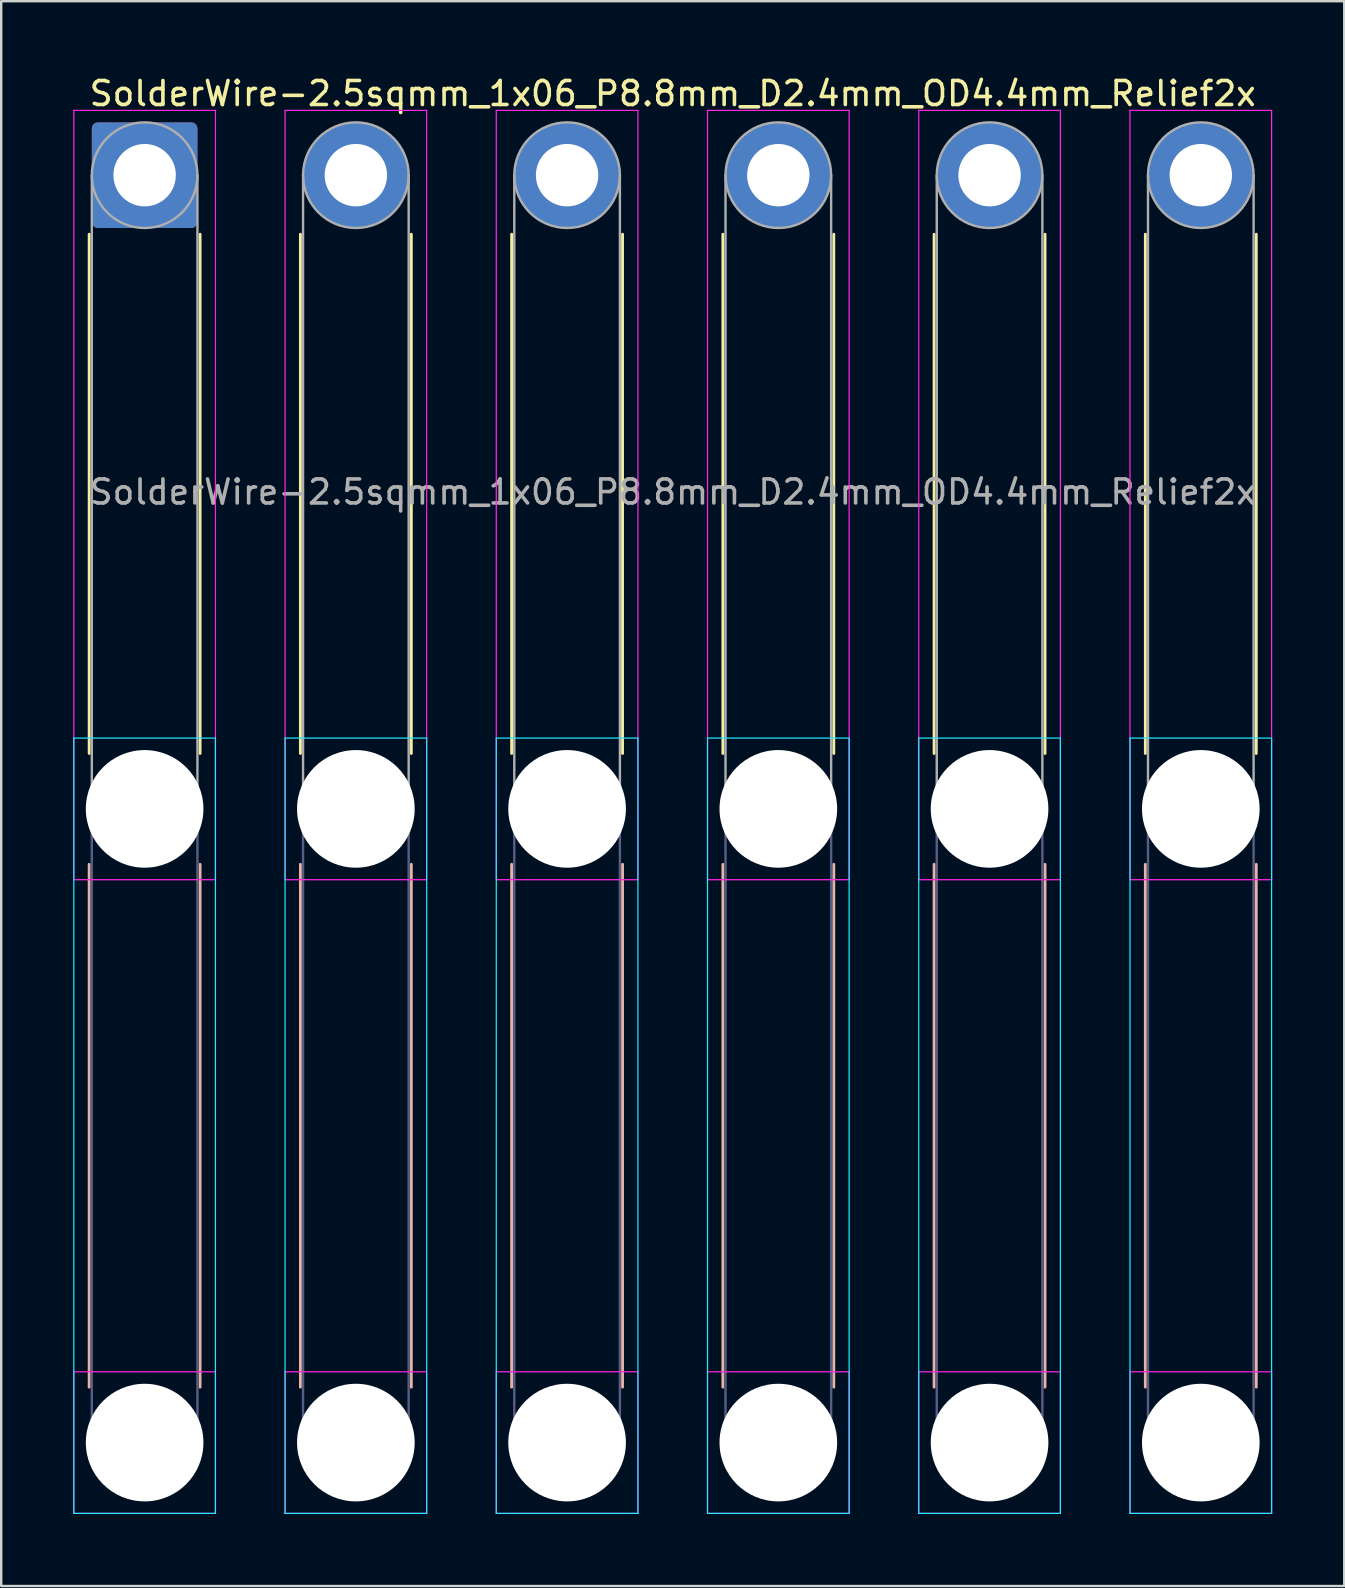
<source format=kicad_pcb>
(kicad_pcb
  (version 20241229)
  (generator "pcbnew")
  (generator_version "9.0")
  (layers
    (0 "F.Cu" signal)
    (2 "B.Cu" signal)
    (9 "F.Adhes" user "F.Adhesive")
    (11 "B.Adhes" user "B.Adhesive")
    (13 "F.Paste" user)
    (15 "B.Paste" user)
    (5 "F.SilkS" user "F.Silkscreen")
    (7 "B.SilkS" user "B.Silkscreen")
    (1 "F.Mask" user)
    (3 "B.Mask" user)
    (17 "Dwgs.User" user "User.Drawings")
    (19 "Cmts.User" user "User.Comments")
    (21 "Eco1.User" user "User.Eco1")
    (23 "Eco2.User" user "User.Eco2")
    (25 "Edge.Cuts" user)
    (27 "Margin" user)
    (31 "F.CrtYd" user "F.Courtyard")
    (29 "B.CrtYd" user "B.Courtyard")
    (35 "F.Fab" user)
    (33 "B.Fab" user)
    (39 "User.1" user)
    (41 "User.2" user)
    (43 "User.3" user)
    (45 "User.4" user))
  (footprint "SolderWire-2.5sqmm_1x06_P8.8mm_D2.4mm_OD4.4mm_Relief2x"
    (layer "F.Cu")
    (at 2.975 4.248)
    (property "Reference" "SolderWire-2.5sqmm_1x06_P8.8mm_D2.4mm_OD4.4mm_Relief2x" (at 22 -3.4 0) (layer "F.SilkS") (effects (font (size 1 1) (thickness 0.15))))
    (attr exclude_from_pos_files exclude_from_bom)
    (fp_line (start -2.31 2.46) (end -2.31 24.09) (stroke (width 0.12) (type solid)) (layer "F.SilkS"))
    (fp_line (start 2.31 2.46) (end 2.31 24.09) (stroke (width 0.12) (type solid)) (layer "F.SilkS"))
    (fp_line (start 6.49 2.46) (end 6.49 24.09) (stroke (width 0.12) (type solid)) (layer "F.SilkS"))
    (fp_line (start 11.11 2.46) (end 11.11 24.09) (stroke (width 0.12) (type solid)) (layer "F.SilkS"))
    (fp_line (start 15.29 2.46) (end 15.29 24.09) (stroke (width 0.12) (type solid)) (layer "F.SilkS"))
    (fp_line (start 19.91 2.46) (end 19.91 24.09) (stroke (width 0.12) (type solid)) (layer "F.SilkS"))
    (fp_line (start 24.09 2.46) (end 24.09 24.09) (stroke (width 0.12) (type solid)) (layer "F.SilkS"))
    (fp_line (start 28.71 2.46) (end 28.71 24.09) (stroke (width 0.12) (type solid)) (layer "F.SilkS"))
    (fp_line (start 32.89 2.46) (end 32.89 24.09) (stroke (width 0.12) (type solid)) (layer "F.SilkS"))
    (fp_line (start 37.51 2.46) (end 37.51 24.09) (stroke (width 0.12) (type solid)) (layer "F.SilkS"))
    (fp_line (start 41.69 2.46) (end 41.69 24.09) (stroke (width 0.12) (type solid)) (layer "F.SilkS"))
    (fp_line (start 46.31 2.46) (end 46.31 24.09) (stroke (width 0.12) (type solid)) (layer "F.SilkS"))
    (fp_line (start -2.31 28.71) (end -2.31 50.49) (stroke (width 0.12) (type solid)) (layer "B.SilkS"))
    (fp_line (start 2.31 28.71) (end 2.31 50.49) (stroke (width 0.12) (type solid)) (layer "B.SilkS"))
    (fp_line (start 6.49 28.71) (end 6.49 50.49) (stroke (width 0.12) (type solid)) (layer "B.SilkS"))
    (fp_line (start 11.11 28.71) (end 11.11 50.49) (stroke (width 0.12) (type solid)) (layer "B.SilkS"))
    (fp_line (start 15.29 28.71) (end 15.29 50.49) (stroke (width 0.12) (type solid)) (layer "B.SilkS"))
    (fp_line (start 19.91 28.71) (end 19.91 50.49) (stroke (width 0.12) (type solid)) (layer "B.SilkS"))
    (fp_line (start 24.09 28.71) (end 24.09 50.49) (stroke (width 0.12) (type solid)) (layer "B.SilkS"))
    (fp_line (start 28.71 28.71) (end 28.71 50.49) (stroke (width 0.12) (type solid)) (layer "B.SilkS"))
    (fp_line (start 32.89 28.71) (end 32.89 50.49) (stroke (width 0.12) (type solid)) (layer "B.SilkS"))
    (fp_line (start 37.51 28.71) (end 37.51 50.49) (stroke (width 0.12) (type solid)) (layer "B.SilkS"))
    (fp_line (start 41.69 28.71) (end 41.69 50.49) (stroke (width 0.12) (type solid)) (layer "B.SilkS"))
    (fp_line (start 46.31 28.71) (end 46.31 50.49) (stroke (width 0.12) (type solid)) (layer "B.SilkS"))
    (fp_line (start -2.95 23.45) (end -2.95 55.75) (stroke (width 0.05) (type solid)) (layer "B.CrtYd"))
    (fp_line (start -2.95 55.75) (end 2.95 55.75) (stroke (width 0.05) (type solid)) (layer "B.CrtYd"))
    (fp_line (start 2.95 23.45) (end -2.95 23.45) (stroke (width 0.05) (type solid)) (layer "B.CrtYd"))
    (fp_line (start 2.95 55.75) (end 2.95 23.45) (stroke (width 0.05) (type solid)) (layer "B.CrtYd"))
    (fp_line (start 5.85 23.45) (end 5.85 55.75) (stroke (width 0.05) (type solid)) (layer "B.CrtYd"))
    (fp_line (start 5.85 55.75) (end 11.75 55.75) (stroke (width 0.05) (type solid)) (layer "B.CrtYd"))
    (fp_line (start 11.75 23.45) (end 5.85 23.45) (stroke (width 0.05) (type solid)) (layer "B.CrtYd"))
    (fp_line (start 11.75 55.75) (end 11.75 23.45) (stroke (width 0.05) (type solid)) (layer "B.CrtYd"))
    (fp_line (start 14.65 23.45) (end 14.65 55.75) (stroke (width 0.05) (type solid)) (layer "B.CrtYd"))
    (fp_line (start 14.65 55.75) (end 20.55 55.75) (stroke (width 0.05) (type solid)) (layer "B.CrtYd"))
    (fp_line (start 20.55 23.45) (end 14.65 23.45) (stroke (width 0.05) (type solid)) (layer "B.CrtYd"))
    (fp_line (start 20.55 55.75) (end 20.55 23.45) (stroke (width 0.05) (type solid)) (layer "B.CrtYd"))
    (fp_line (start 23.45 23.45) (end 23.45 55.75) (stroke (width 0.05) (type solid)) (layer "B.CrtYd"))
    (fp_line (start 23.45 55.75) (end 29.35 55.75) (stroke (width 0.05) (type solid)) (layer "B.CrtYd"))
    (fp_line (start 29.35 23.45) (end 23.45 23.45) (stroke (width 0.05) (type solid)) (layer "B.CrtYd"))
    (fp_line (start 29.35 55.75) (end 29.35 23.45) (stroke (width 0.05) (type solid)) (layer "B.CrtYd"))
    (fp_line (start 32.25 23.45) (end 32.25 55.75) (stroke (width 0.05) (type solid)) (layer "B.CrtYd"))
    (fp_line (start 32.25 55.75) (end 38.15 55.75) (stroke (width 0.05) (type solid)) (layer "B.CrtYd"))
    (fp_line (start 38.15 23.45) (end 32.25 23.45) (stroke (width 0.05) (type solid)) (layer "B.CrtYd"))
    (fp_line (start 38.15 55.75) (end 38.15 23.45) (stroke (width 0.05) (type solid)) (layer "B.CrtYd"))
    (fp_line (start 41.05 23.45) (end 41.05 55.75) (stroke (width 0.05) (type solid)) (layer "B.CrtYd"))
    (fp_line (start 41.05 55.75) (end 46.95 55.75) (stroke (width 0.05) (type solid)) (layer "B.CrtYd"))
    (fp_line (start 46.95 23.45) (end 41.05 23.45) (stroke (width 0.05) (type solid)) (layer "B.CrtYd"))
    (fp_line (start 46.95 55.75) (end 46.95 23.45) (stroke (width 0.05) (type solid)) (layer "B.CrtYd"))
    (fp_line (start -2.95 -2.7) (end -2.95 29.35) (stroke (width 0.05) (type solid)) (layer "F.CrtYd"))
    (fp_line (start -2.95 29.35) (end 2.95 29.35) (stroke (width 0.05) (type solid)) (layer "F.CrtYd"))
    (fp_line (start -2.95 49.85) (end -2.95 55.75) (stroke (width 0.05) (type solid)) (layer "F.CrtYd"))
    (fp_line (start -2.95 55.75) (end 2.95 55.75) (stroke (width 0.05) (type solid)) (layer "F.CrtYd"))
    (fp_line (start 2.95 -2.7) (end -2.95 -2.7) (stroke (width 0.05) (type solid)) (layer "F.CrtYd"))
    (fp_line (start 2.95 29.35) (end 2.95 -2.7) (stroke (width 0.05) (type solid)) (layer "F.CrtYd"))
    (fp_line (start 2.95 49.85) (end -2.95 49.85) (stroke (width 0.05) (type solid)) (layer "F.CrtYd"))
    (fp_line (start 2.95 55.75) (end 2.95 49.85) (stroke (width 0.05) (type solid)) (layer "F.CrtYd"))
    (fp_line (start 5.85 -2.7) (end 5.85 29.35) (stroke (width 0.05) (type solid)) (layer "F.CrtYd"))
    (fp_line (start 5.85 29.35) (end 11.75 29.35) (stroke (width 0.05) (type solid)) (layer "F.CrtYd"))
    (fp_line (start 5.85 49.85) (end 5.85 55.75) (stroke (width 0.05) (type solid)) (layer "F.CrtYd"))
    (fp_line (start 5.85 55.75) (end 11.75 55.75) (stroke (width 0.05) (type solid)) (layer "F.CrtYd"))
    (fp_line (start 11.75 -2.7) (end 5.85 -2.7) (stroke (width 0.05) (type solid)) (layer "F.CrtYd"))
    (fp_line (start 11.75 29.35) (end 11.75 -2.7) (stroke (width 0.05) (type solid)) (layer "F.CrtYd"))
    (fp_line (start 11.75 49.85) (end 5.85 49.85) (stroke (width 0.05) (type solid)) (layer "F.CrtYd"))
    (fp_line (start 11.75 55.75) (end 11.75 49.85) (stroke (width 0.05) (type solid)) (layer "F.CrtYd"))
    (fp_line (start 14.65 -2.7) (end 14.65 29.35) (stroke (width 0.05) (type solid)) (layer "F.CrtYd"))
    (fp_line (start 14.65 29.35) (end 20.55 29.35) (stroke (width 0.05) (type solid)) (layer "F.CrtYd"))
    (fp_line (start 14.65 49.85) (end 14.65 55.75) (stroke (width 0.05) (type solid)) (layer "F.CrtYd"))
    (fp_line (start 14.65 55.75) (end 20.55 55.75) (stroke (width 0.05) (type solid)) (layer "F.CrtYd"))
    (fp_line (start 20.55 -2.7) (end 14.65 -2.7) (stroke (width 0.05) (type solid)) (layer "F.CrtYd"))
    (fp_line (start 20.55 29.35) (end 20.55 -2.7) (stroke (width 0.05) (type solid)) (layer "F.CrtYd"))
    (fp_line (start 20.55 49.85) (end 14.65 49.85) (stroke (width 0.05) (type solid)) (layer "F.CrtYd"))
    (fp_line (start 20.55 55.75) (end 20.55 49.85) (stroke (width 0.05) (type solid)) (layer "F.CrtYd"))
    (fp_line (start 23.45 -2.7) (end 23.45 29.35) (stroke (width 0.05) (type solid)) (layer "F.CrtYd"))
    (fp_line (start 23.45 29.35) (end 29.35 29.35) (stroke (width 0.05) (type solid)) (layer "F.CrtYd"))
    (fp_line (start 23.45 49.85) (end 23.45 55.75) (stroke (width 0.05) (type solid)) (layer "F.CrtYd"))
    (fp_line (start 23.45 55.75) (end 29.35 55.75) (stroke (width 0.05) (type solid)) (layer "F.CrtYd"))
    (fp_line (start 29.35 -2.7) (end 23.45 -2.7) (stroke (width 0.05) (type solid)) (layer "F.CrtYd"))
    (fp_line (start 29.35 29.35) (end 29.35 -2.7) (stroke (width 0.05) (type solid)) (layer "F.CrtYd"))
    (fp_line (start 29.35 49.85) (end 23.45 49.85) (stroke (width 0.05) (type solid)) (layer "F.CrtYd"))
    (fp_line (start 29.35 55.75) (end 29.35 49.85) (stroke (width 0.05) (type solid)) (layer "F.CrtYd"))
    (fp_line (start 32.25 -2.7) (end 32.25 29.35) (stroke (width 0.05) (type solid)) (layer "F.CrtYd"))
    (fp_line (start 32.25 29.35) (end 38.15 29.35) (stroke (width 0.05) (type solid)) (layer "F.CrtYd"))
    (fp_line (start 32.25 49.85) (end 32.25 55.75) (stroke (width 0.05) (type solid)) (layer "F.CrtYd"))
    (fp_line (start 32.25 55.75) (end 38.15 55.75) (stroke (width 0.05) (type solid)) (layer "F.CrtYd"))
    (fp_line (start 38.15 -2.7) (end 32.25 -2.7) (stroke (width 0.05) (type solid)) (layer "F.CrtYd"))
    (fp_line (start 38.15 29.35) (end 38.15 -2.7) (stroke (width 0.05) (type solid)) (layer "F.CrtYd"))
    (fp_line (start 38.15 49.85) (end 32.25 49.85) (stroke (width 0.05) (type solid)) (layer "F.CrtYd"))
    (fp_line (start 38.15 55.75) (end 38.15 49.85) (stroke (width 0.05) (type solid)) (layer "F.CrtYd"))
    (fp_line (start 41.05 -2.7) (end 41.05 29.35) (stroke (width 0.05) (type solid)) (layer "F.CrtYd"))
    (fp_line (start 41.05 29.35) (end 46.95 29.35) (stroke (width 0.05) (type solid)) (layer "F.CrtYd"))
    (fp_line (start 41.05 49.85) (end 41.05 55.75) (stroke (width 0.05) (type solid)) (layer "F.CrtYd"))
    (fp_line (start 41.05 55.75) (end 46.95 55.75) (stroke (width 0.05) (type solid)) (layer "F.CrtYd"))
    (fp_line (start 46.95 -2.7) (end 41.05 -2.7) (stroke (width 0.05) (type solid)) (layer "F.CrtYd"))
    (fp_line (start 46.95 29.35) (end 46.95 -2.7) (stroke (width 0.05) (type solid)) (layer "F.CrtYd"))
    (fp_line (start 46.95 49.85) (end 41.05 49.85) (stroke (width 0.05) (type solid)) (layer "F.CrtYd"))
    (fp_line (start 46.95 55.75) (end 46.95 49.85) (stroke (width 0.05) (type solid)) (layer "F.CrtYd"))
    (fp_line (start -2.2 26.4) (end -2.2 52.8) (stroke (width 0.1) (type solid)) (layer "B.Fab"))
    (fp_line (start 2.2 26.4) (end 2.2 52.8) (stroke (width 0.1) (type solid)) (layer "B.Fab"))
    (fp_line (start 6.6 26.4) (end 6.6 52.8) (stroke (width 0.1) (type solid)) (layer "B.Fab"))
    (fp_line (start 11 26.4) (end 11 52.8) (stroke (width 0.1) (type solid)) (layer "B.Fab"))
    (fp_line (start 15.4 26.4) (end 15.4 52.8) (stroke (width 0.1) (type solid)) (layer "B.Fab"))
    (fp_line (start 19.8 26.4) (end 19.8 52.8) (stroke (width 0.1) (type solid)) (layer "B.Fab"))
    (fp_line (start 24.2 26.4) (end 24.2 52.8) (stroke (width 0.1) (type solid)) (layer "B.Fab"))
    (fp_line (start 28.6 26.4) (end 28.6 52.8) (stroke (width 0.1) (type solid)) (layer "B.Fab"))
    (fp_line (start 33 26.4) (end 33 52.8) (stroke (width 0.1) (type solid)) (layer "B.Fab"))
    (fp_line (start 37.4 26.4) (end 37.4 52.8) (stroke (width 0.1) (type solid)) (layer "B.Fab"))
    (fp_line (start 41.8 26.4) (end 41.8 52.8) (stroke (width 0.1) (type solid)) (layer "B.Fab"))
    (fp_line (start 46.2 26.4) (end 46.2 52.8) (stroke (width 0.1) (type solid)) (layer "B.Fab"))
    (fp_circle (center 0 26.4) (end 2.2 26.4) (stroke (width 0.1) (type solid)) (fill no) (layer "B.Fab"))
    (fp_circle (center 0 52.8) (end 2.2 52.8) (stroke (width 0.1) (type solid)) (fill no) (layer "B.Fab"))
    (fp_circle (center 8.8 26.4) (end 11 26.4) (stroke (width 0.1) (type solid)) (fill no) (layer "B.Fab"))
    (fp_circle (center 8.8 52.8) (end 11 52.8) (stroke (width 0.1) (type solid)) (fill no) (layer "B.Fab"))
    (fp_circle (center 17.6 26.4) (end 19.8 26.4) (stroke (width 0.1) (type solid)) (fill no) (layer "B.Fab"))
    (fp_circle (center 17.6 52.8) (end 19.8 52.8) (stroke (width 0.1) (type solid)) (fill no) (layer "B.Fab"))
    (fp_circle (center 26.4 26.4) (end 28.6 26.4) (stroke (width 0.1) (type solid)) (fill no) (layer "B.Fab"))
    (fp_circle (center 26.4 52.8) (end 28.6 52.8) (stroke (width 0.1) (type solid)) (fill no) (layer "B.Fab"))
    (fp_circle (center 35.2 26.4) (end 37.4 26.4) (stroke (width 0.1) (type solid)) (fill no) (layer "B.Fab"))
    (fp_circle (center 35.2 52.8) (end 37.4 52.8) (stroke (width 0.1) (type solid)) (fill no) (layer "B.Fab"))
    (fp_circle (center 44 26.4) (end 46.2 26.4) (stroke (width 0.1) (type solid)) (fill no) (layer "B.Fab"))
    (fp_circle (center 44 52.8) (end 46.2 52.8) (stroke (width 0.1) (type solid)) (fill no) (layer "B.Fab"))
    (fp_line (start -2.2 0) (end -2.2 26.4) (stroke (width 0.1) (type solid)) (layer "F.Fab"))
    (fp_line (start 2.2 0) (end 2.2 26.4) (stroke (width 0.1) (type solid)) (layer "F.Fab"))
    (fp_line (start 6.6 0) (end 6.6 26.4) (stroke (width 0.1) (type solid)) (layer "F.Fab"))
    (fp_line (start 11 0) (end 11 26.4) (stroke (width 0.1) (type solid)) (layer "F.Fab"))
    (fp_line (start 15.4 0) (end 15.4 26.4) (stroke (width 0.1) (type solid)) (layer "F.Fab"))
    (fp_line (start 19.8 0) (end 19.8 26.4) (stroke (width 0.1) (type solid)) (layer "F.Fab"))
    (fp_line (start 24.2 0) (end 24.2 26.4) (stroke (width 0.1) (type solid)) (layer "F.Fab"))
    (fp_line (start 28.6 0) (end 28.6 26.4) (stroke (width 0.1) (type solid)) (layer "F.Fab"))
    (fp_line (start 33 0) (end 33 26.4) (stroke (width 0.1) (type solid)) (layer "F.Fab"))
    (fp_line (start 37.4 0) (end 37.4 26.4) (stroke (width 0.1) (type solid)) (layer "F.Fab"))
    (fp_line (start 41.8 0) (end 41.8 26.4) (stroke (width 0.1) (type solid)) (layer "F.Fab"))
    (fp_line (start 46.2 0) (end 46.2 26.4) (stroke (width 0.1) (type solid)) (layer "F.Fab"))
    (fp_circle (center 0 0) (end 2.2 0) (stroke (width 0.1) (type solid)) (fill no) (layer "F.Fab"))
    (fp_circle (center 0 26.4) (end 2.2 26.4) (stroke (width 0.1) (type solid)) (fill no) (layer "F.Fab"))
    (fp_circle (center 0 52.8) (end 2.2 52.8) (stroke (width 0.1) (type solid)) (fill no) (layer "F.Fab"))
    (fp_circle (center 8.8 0) (end 11 0) (stroke (width 0.1) (type solid)) (fill no) (layer "F.Fab"))
    (fp_circle (center 8.8 26.4) (end 11 26.4) (stroke (width 0.1) (type solid)) (fill no) (layer "F.Fab"))
    (fp_circle (center 8.8 52.8) (end 11 52.8) (stroke (width 0.1) (type solid)) (fill no) (layer "F.Fab"))
    (fp_circle (center 17.6 0) (end 19.8 0) (stroke (width 0.1) (type solid)) (fill no) (layer "F.Fab"))
    (fp_circle (center 17.6 26.4) (end 19.8 26.4) (stroke (width 0.1) (type solid)) (fill no) (layer "F.Fab"))
    (fp_circle (center 17.6 52.8) (end 19.8 52.8) (stroke (width 0.1) (type solid)) (fill no) (layer "F.Fab"))
    (fp_circle (center 26.4 0) (end 28.6 0) (stroke (width 0.1) (type solid)) (fill no) (layer "F.Fab"))
    (fp_circle (center 26.4 26.4) (end 28.6 26.4) (stroke (width 0.1) (type solid)) (fill no) (layer "F.Fab"))
    (fp_circle (center 26.4 52.8) (end 28.6 52.8) (stroke (width 0.1) (type solid)) (fill no) (layer "F.Fab"))
    (fp_circle (center 35.2 0) (end 37.4 0) (stroke (width 0.1) (type solid)) (fill no) (layer "F.Fab"))
    (fp_circle (center 35.2 26.4) (end 37.4 26.4) (stroke (width 0.1) (type solid)) (fill no) (layer "F.Fab"))
    (fp_circle (center 35.2 52.8) (end 37.4 52.8) (stroke (width 0.1) (type solid)) (fill no) (layer "F.Fab"))
    (fp_circle (center 44 0) (end 46.2 0) (stroke (width 0.1) (type solid)) (fill no) (layer "F.Fab"))
    (fp_circle (center 44 26.4) (end 46.2 26.4) (stroke (width 0.1) (type solid)) (fill no) (layer "F.Fab"))
    (fp_circle (center 44 52.8) (end 46.2 52.8) (stroke (width 0.1) (type solid)) (fill no) (layer "F.Fab"))
    (fp_text user "${REFERENCE}" (at 22 13.2 0) (layer "F.Fab") (effects (font (size 1 1) (thickness 0.15))))
    (pad "" np_thru_hole circle (at 0 26.4) (size 4.9 4.9) (drill 4.9) (layers "*.Cu" "*.Mask"))
    (pad "" np_thru_hole circle (at 0 52.8) (size 4.9 4.9) (drill 4.9) (layers "*.Cu" "*.Mask"))
    (pad "" np_thru_hole circle (at 8.8 26.4) (size 4.9 4.9) (drill 4.9) (layers "*.Cu" "*.Mask"))
    (pad "" np_thru_hole circle (at 8.8 52.8) (size 4.9 4.9) (drill 4.9) (layers "*.Cu" "*.Mask"))
    (pad "" np_thru_hole circle (at 17.6 26.4) (size 4.9 4.9) (drill 4.9) (layers "*.Cu" "*.Mask"))
    (pad "" np_thru_hole circle (at 17.6 52.8) (size 4.9 4.9) (drill 4.9) (layers "*.Cu" "*.Mask"))
    (pad "" np_thru_hole circle (at 26.4 26.4) (size 4.9 4.9) (drill 4.9) (layers "*.Cu" "*.Mask"))
    (pad "" np_thru_hole circle (at 26.4 52.8) (size 4.9 4.9) (drill 4.9) (layers "*.Cu" "*.Mask"))
    (pad "" np_thru_hole circle (at 35.2 26.4) (size 4.9 4.9) (drill 4.9) (layers "*.Cu" "*.Mask"))
    (pad "" np_thru_hole circle (at 35.2 52.8) (size 4.9 4.9) (drill 4.9) (layers "*.Cu" "*.Mask"))
    (pad "" np_thru_hole circle (at 44 26.4) (size 4.9 4.9) (drill 4.9) (layers "*.Cu" "*.Mask"))
    (pad "" np_thru_hole circle (at 44 52.8) (size 4.9 4.9) (drill 4.9) (layers "*.Cu" "*.Mask"))
    (pad "1" thru_hole roundrect (at 0 0) (size 4.4 4.4) (drill 2.6) (layers "*.Cu" "*.Mask") (roundrect_rratio 0.057))
    (pad "2" thru_hole circle (at 8.8 0) (size 4.4 4.4) (drill 2.6) (layers "*.Cu" "*.Mask"))
    (pad "3" thru_hole circle (at 17.6 0) (size 4.4 4.4) (drill 2.6) (layers "*.Cu" "*.Mask"))
    (pad "4" thru_hole circle (at 26.4 0) (size 4.4 4.4) (drill 2.6) (layers "*.Cu" "*.Mask"))
    (pad "5" thru_hole circle (at 35.2 0) (size 4.4 4.4) (drill 2.6) (layers "*.Cu" "*.Mask"))
    (pad "6" thru_hole circle (at 44 0) (size 4.4 4.4) (drill 2.6) (layers "*.Cu" "*.Mask")))
  (gr_rect
    (start -3 -3)
    (end 52.95 63.023)
    (stroke (width 0.1) (type default))
    (fill no)
    (layer "Edge.Cuts")))
</source>
